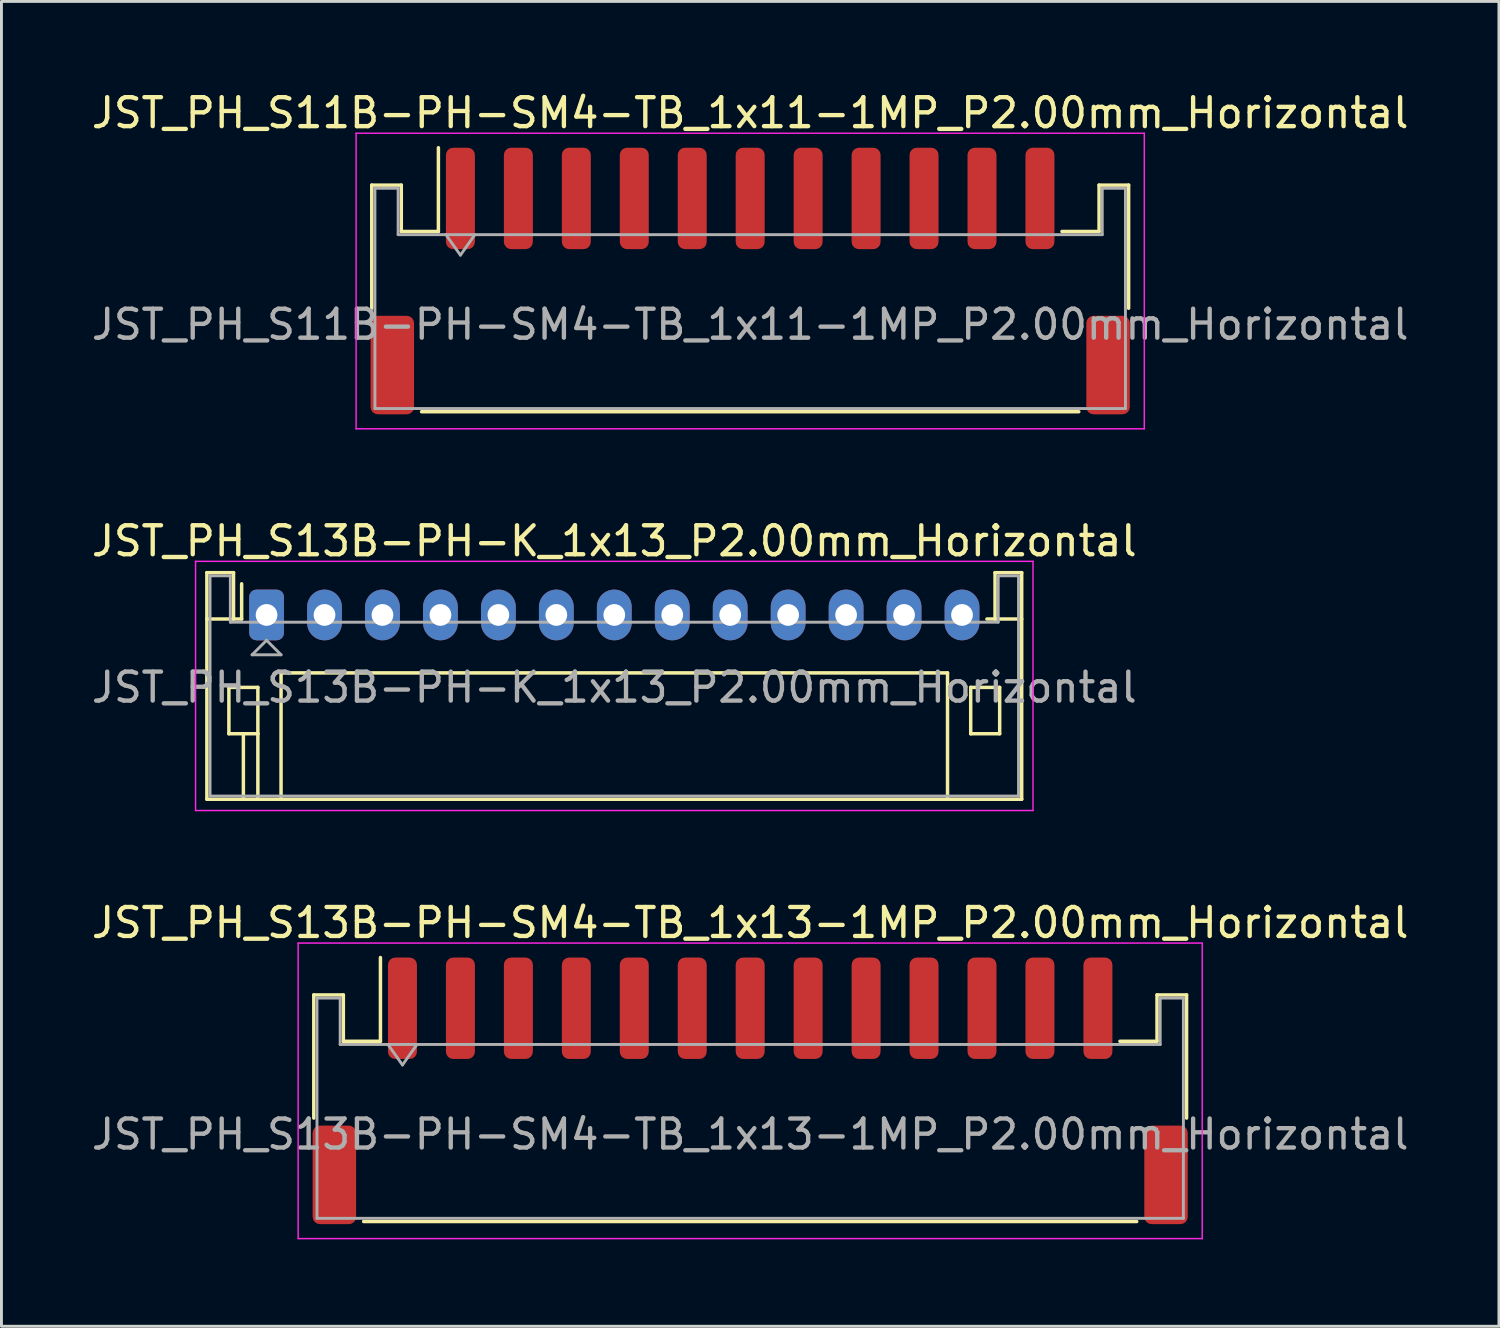
<source format=kicad_pcb>
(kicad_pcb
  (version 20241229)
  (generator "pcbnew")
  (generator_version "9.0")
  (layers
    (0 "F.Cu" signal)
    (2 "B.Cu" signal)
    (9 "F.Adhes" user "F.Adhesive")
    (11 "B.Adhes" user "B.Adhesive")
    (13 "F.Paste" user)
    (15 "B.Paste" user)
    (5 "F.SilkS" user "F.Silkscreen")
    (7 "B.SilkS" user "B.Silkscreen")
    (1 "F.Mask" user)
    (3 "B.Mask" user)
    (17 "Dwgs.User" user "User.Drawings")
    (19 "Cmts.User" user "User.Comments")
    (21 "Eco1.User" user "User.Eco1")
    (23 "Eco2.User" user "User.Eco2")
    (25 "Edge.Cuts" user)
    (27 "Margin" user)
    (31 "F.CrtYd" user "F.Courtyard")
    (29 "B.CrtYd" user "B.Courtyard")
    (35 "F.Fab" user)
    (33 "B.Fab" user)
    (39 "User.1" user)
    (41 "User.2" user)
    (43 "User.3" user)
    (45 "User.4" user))
  (footprint "JST_PH_S11B-PH-SM4-TB_1x11-1MP_P2.00mm_Horizontal"
    (layer "F.Cu")
    (at 22.839 6.648)
    (property "Reference" "JST_PH_S11B-PH-SM4-TB_1x11-1MP_P2.00mm_Horizontal" (at 0 -5.8 0) (layer "F.SilkS") (effects (font (size 1 1) (thickness 0.15))))
    (attr smd)
    (fp_line (start -13.06 -3.31) (end -12.04 -3.31) (stroke (width 0.12) (type solid)) (layer "F.SilkS"))
    (fp_line (start -13.06 0.94) (end -13.06 -3.31) (stroke (width 0.12) (type solid)) (layer "F.SilkS"))
    (fp_line (start -12.04 -3.31) (end -12.04 -1.71) (stroke (width 0.12) (type solid)) (layer "F.SilkS"))
    (fp_line (start -12.04 -1.71) (end -10.76 -1.71) (stroke (width 0.12) (type solid)) (layer "F.SilkS"))
    (fp_line (start -11.34 4.51) (end 11.34 4.51) (stroke (width 0.12) (type solid)) (layer "F.SilkS"))
    (fp_line (start -10.76 -1.71) (end -10.76 -4.6) (stroke (width 0.12) (type solid)) (layer "F.SilkS"))
    (fp_line (start 12.04 -3.31) (end 12.04 -1.71) (stroke (width 0.12) (type solid)) (layer "F.SilkS"))
    (fp_line (start 12.04 -1.71) (end 10.76 -1.71) (stroke (width 0.12) (type solid)) (layer "F.SilkS"))
    (fp_line (start 13.06 -3.31) (end 12.04 -3.31) (stroke (width 0.12) (type solid)) (layer "F.SilkS"))
    (fp_line (start 13.06 0.94) (end 13.06 -3.31) (stroke (width 0.12) (type solid)) (layer "F.SilkS"))
    (fp_line (start -13.6 -5.1) (end -13.6 5.1) (stroke (width 0.05) (type solid)) (layer "F.CrtYd"))
    (fp_line (start -13.6 5.1) (end 13.6 5.1) (stroke (width 0.05) (type solid)) (layer "F.CrtYd"))
    (fp_line (start 13.6 -5.1) (end -13.6 -5.1) (stroke (width 0.05) (type solid)) (layer "F.CrtYd"))
    (fp_line (start 13.6 5.1) (end 13.6 -5.1) (stroke (width 0.05) (type solid)) (layer "F.CrtYd"))
    (fp_line (start -12.95 -3.2) (end -12.95 4.4) (stroke (width 0.1) (type solid)) (layer "F.Fab"))
    (fp_line (start -12.95 -3.2) (end -12.15 -3.2) (stroke (width 0.1) (type solid)) (layer "F.Fab"))
    (fp_line (start -12.95 4.4) (end 12.95 4.4) (stroke (width 0.1) (type solid)) (layer "F.Fab"))
    (fp_line (start -12.15 -3.2) (end -12.15 -1.6) (stroke (width 0.1) (type solid)) (layer "F.Fab"))
    (fp_line (start -12.15 -1.6) (end 12.15 -1.6) (stroke (width 0.1) (type solid)) (layer "F.Fab"))
    (fp_line (start -10.5 -1.6) (end -10 -0.893) (stroke (width 0.1) (type solid)) (layer "F.Fab"))
    (fp_line (start -10 -0.893) (end -9.5 -1.6) (stroke (width 0.1) (type solid)) (layer "F.Fab"))
    (fp_line (start 12.15 -3.2) (end 12.95 -3.2) (stroke (width 0.1) (type solid)) (layer "F.Fab"))
    (fp_line (start 12.15 -1.6) (end 12.15 -3.2) (stroke (width 0.1) (type solid)) (layer "F.Fab"))
    (fp_line (start 12.95 -3.2) (end 12.95 4.4) (stroke (width 0.1) (type solid)) (layer "F.Fab"))
    (fp_text user "${REFERENCE}" (at 0 1.5 0) (layer "F.Fab") (effects (font (size 1 1) (thickness 0.15))))
    (pad "1" smd roundrect (at -10 -2.85) (size 1 3.5) (layers "F.Cu" "F.Mask" "F.Paste") (roundrect_rratio 0.25))
    (pad "2" smd roundrect (at -8 -2.85) (size 1 3.5) (layers "F.Cu" "F.Mask" "F.Paste") (roundrect_rratio 0.25))
    (pad "3" smd roundrect (at -6 -2.85) (size 1 3.5) (layers "F.Cu" "F.Mask" "F.Paste") (roundrect_rratio 0.25))
    (pad "4" smd roundrect (at -4 -2.85) (size 1 3.5) (layers "F.Cu" "F.Mask" "F.Paste") (roundrect_rratio 0.25))
    (pad "5" smd roundrect (at -2 -2.85) (size 1 3.5) (layers "F.Cu" "F.Mask" "F.Paste") (roundrect_rratio 0.25))
    (pad "6" smd roundrect (at 0 -2.85) (size 1 3.5) (layers "F.Cu" "F.Mask" "F.Paste") (roundrect_rratio 0.25))
    (pad "7" smd roundrect (at 2 -2.85) (size 1 3.5) (layers "F.Cu" "F.Mask" "F.Paste") (roundrect_rratio 0.25))
    (pad "8" smd roundrect (at 4 -2.85) (size 1 3.5) (layers "F.Cu" "F.Mask" "F.Paste") (roundrect_rratio 0.25))
    (pad "9" smd roundrect (at 6 -2.85) (size 1 3.5) (layers "F.Cu" "F.Mask" "F.Paste") (roundrect_rratio 0.25))
    (pad "10" smd roundrect (at 8 -2.85) (size 1 3.5) (layers "F.Cu" "F.Mask" "F.Paste") (roundrect_rratio 0.25))
    (pad "11" smd roundrect (at 10 -2.85) (size 1 3.5) (layers "F.Cu" "F.Mask" "F.Paste") (roundrect_rratio 0.25))
    (pad "MP" smd roundrect (at -12.35 2.9) (size 1.5 3.4) (layers "F.Cu" "F.Mask" "F.Paste") (roundrect_rratio 0.167))
    (pad "MP" smd roundrect (at 12.35 2.9) (size 1.5 3.4) (layers "F.Cu" "F.Mask" "F.Paste") (roundrect_rratio 0.167)))
  (footprint "JST_PH_S13B-PH-K_1x13_P2.00mm_Horizontal"
    (layer "F.Cu")
    (at 6.149 18.172)
    (property "Reference" "JST_PH_S13B-PH-K_1x13_P2.00mm_Horizontal" (at 12 -2.55 0) (layer "F.SilkS") (effects (font (size 1 1) (thickness 0.15))))
    (attr through_hole)
    (fp_line (start -2.06 -1.46) (end -2.06 6.36) (stroke (width 0.12) (type solid)) (layer "F.SilkS"))
    (fp_line (start -2.06 0.14) (end -1.14 0.14) (stroke (width 0.12) (type solid)) (layer "F.SilkS"))
    (fp_line (start -2.06 6.36) (end 26.06 6.36) (stroke (width 0.12) (type solid)) (layer "F.SilkS"))
    (fp_line (start -1.3 2.5) (end -1.3 4.1) (stroke (width 0.12) (type solid)) (layer "F.SilkS"))
    (fp_line (start -1.3 4.1) (end -0.3 4.1) (stroke (width 0.12) (type solid)) (layer "F.SilkS"))
    (fp_line (start -1.14 -1.46) (end -2.06 -1.46) (stroke (width 0.12) (type solid)) (layer "F.SilkS"))
    (fp_line (start -1.14 0.14) (end -1.14 -1.46) (stroke (width 0.12) (type solid)) (layer "F.SilkS"))
    (fp_line (start -0.86 0.14) (end -1.14 0.14) (stroke (width 0.12) (type solid)) (layer "F.SilkS"))
    (fp_line (start -0.86 0.14) (end -0.86 -1.075) (stroke (width 0.12) (type solid)) (layer "F.SilkS"))
    (fp_line (start -0.8 4.1) (end -0.8 6.36) (stroke (width 0.12) (type solid)) (layer "F.SilkS"))
    (fp_line (start -0.3 2.5) (end -1.3 2.5) (stroke (width 0.12) (type solid)) (layer "F.SilkS"))
    (fp_line (start -0.3 4.1) (end -0.3 2.5) (stroke (width 0.12) (type solid)) (layer "F.SilkS"))
    (fp_line (start -0.3 4.1) (end -0.3 6.36) (stroke (width 0.12) (type solid)) (layer "F.SilkS"))
    (fp_line (start 0.5 2) (end 23.5 2) (stroke (width 0.12) (type solid)) (layer "F.SilkS"))
    (fp_line (start 0.5 6.36) (end 0.5 2) (stroke (width 0.12) (type solid)) (layer "F.SilkS"))
    (fp_line (start 23.5 2) (end 23.5 6.36) (stroke (width 0.12) (type solid)) (layer "F.SilkS"))
    (fp_line (start 24.3 2.5) (end 25.3 2.5) (stroke (width 0.12) (type solid)) (layer "F.SilkS"))
    (fp_line (start 24.3 4.1) (end 24.3 2.5) (stroke (width 0.12) (type solid)) (layer "F.SilkS"))
    (fp_line (start 25.14 -1.46) (end 25.14 0.14) (stroke (width 0.12) (type solid)) (layer "F.SilkS"))
    (fp_line (start 25.14 0.14) (end 24.86 0.14) (stroke (width 0.12) (type solid)) (layer "F.SilkS"))
    (fp_line (start 25.3 2.5) (end 25.3 4.1) (stroke (width 0.12) (type solid)) (layer "F.SilkS"))
    (fp_line (start 25.3 4.1) (end 24.3 4.1) (stroke (width 0.12) (type solid)) (layer "F.SilkS"))
    (fp_line (start 26.06 -1.46) (end 25.14 -1.46) (stroke (width 0.12) (type solid)) (layer "F.SilkS"))
    (fp_line (start 26.06 0.14) (end 25.14 0.14) (stroke (width 0.12) (type solid)) (layer "F.SilkS"))
    (fp_line (start 26.06 6.36) (end 26.06 -1.46) (stroke (width 0.12) (type solid)) (layer "F.SilkS"))
    (fp_line (start -2.45 -1.85) (end -2.45 6.75) (stroke (width 0.05) (type solid)) (layer "F.CrtYd"))
    (fp_line (start -2.45 6.75) (end 26.45 6.75) (stroke (width 0.05) (type solid)) (layer "F.CrtYd"))
    (fp_line (start 26.45 -1.85) (end -2.45 -1.85) (stroke (width 0.05) (type solid)) (layer "F.CrtYd"))
    (fp_line (start 26.45 6.75) (end 26.45 -1.85) (stroke (width 0.05) (type solid)) (layer "F.CrtYd"))
    (fp_line (start -1.95 -1.35) (end -1.95 6.25) (stroke (width 0.1) (type solid)) (layer "F.Fab"))
    (fp_line (start -1.95 6.25) (end 25.95 6.25) (stroke (width 0.1) (type solid)) (layer "F.Fab"))
    (fp_line (start -1.25 -1.35) (end -1.95 -1.35) (stroke (width 0.1) (type solid)) (layer "F.Fab"))
    (fp_line (start -1.25 0.25) (end -1.25 -1.35) (stroke (width 0.1) (type solid)) (layer "F.Fab"))
    (fp_line (start -0.5 1.375) (end 0.5 1.375) (stroke (width 0.1) (type solid)) (layer "F.Fab"))
    (fp_line (start 0 0.875) (end -0.5 1.375) (stroke (width 0.1) (type solid)) (layer "F.Fab"))
    (fp_line (start 0.5 1.375) (end 0 0.875) (stroke (width 0.1) (type solid)) (layer "F.Fab"))
    (fp_line (start 25.25 -1.35) (end 25.25 0.25) (stroke (width 0.1) (type solid)) (layer "F.Fab"))
    (fp_line (start 25.25 0.25) (end -1.25 0.25) (stroke (width 0.1) (type solid)) (layer "F.Fab"))
    (fp_line (start 25.95 -1.35) (end 25.25 -1.35) (stroke (width 0.1) (type solid)) (layer "F.Fab"))
    (fp_line (start 25.95 6.25) (end 25.95 -1.35) (stroke (width 0.1) (type solid)) (layer "F.Fab"))
    (fp_text user "${REFERENCE}" (at 12 2.5 0) (layer "F.Fab") (effects (font (size 1 1) (thickness 0.15))))
    (pad "1" thru_hole roundrect (at 0 0) (size 1.2 1.75) (drill 0.75) (layers "*.Cu" "*.Mask") (roundrect_rratio 0.208))
    (pad "2" thru_hole oval (at 2 0) (size 1.2 1.75) (drill 0.75) (layers "*.Cu" "*.Mask"))
    (pad "3" thru_hole oval (at 4 0) (size 1.2 1.75) (drill 0.75) (layers "*.Cu" "*.Mask"))
    (pad "4" thru_hole oval (at 6 0) (size 1.2 1.75) (drill 0.75) (layers "*.Cu" "*.Mask"))
    (pad "5" thru_hole oval (at 8 0) (size 1.2 1.75) (drill 0.75) (layers "*.Cu" "*.Mask"))
    (pad "6" thru_hole oval (at 10 0) (size 1.2 1.75) (drill 0.75) (layers "*.Cu" "*.Mask"))
    (pad "7" thru_hole oval (at 12 0) (size 1.2 1.75) (drill 0.75) (layers "*.Cu" "*.Mask"))
    (pad "8" thru_hole oval (at 14 0) (size 1.2 1.75) (drill 0.75) (layers "*.Cu" "*.Mask"))
    (pad "9" thru_hole oval (at 16 0) (size 1.2 1.75) (drill 0.75) (layers "*.Cu" "*.Mask"))
    (pad "10" thru_hole oval (at 18 0) (size 1.2 1.75) (drill 0.75) (layers "*.Cu" "*.Mask"))
    (pad "11" thru_hole oval (at 20 0) (size 1.2 1.75) (drill 0.75) (layers "*.Cu" "*.Mask"))
    (pad "12" thru_hole oval (at 22 0) (size 1.2 1.75) (drill 0.75) (layers "*.Cu" "*.Mask"))
    (pad "13" thru_hole oval (at 24 0) (size 1.2 1.75) (drill 0.75) (layers "*.Cu" "*.Mask")))
  (footprint "JST_PH_S13B-PH-SM4-TB_1x13-1MP_P2.00mm_Horizontal"
    (layer "F.Cu")
    (at 22.839 34.595)
    (property "Reference" "JST_PH_S13B-PH-SM4-TB_1x13-1MP_P2.00mm_Horizontal" (at 0 -5.8 0) (layer "F.SilkS") (effects (font (size 1 1) (thickness 0.15))))
    (attr smd)
    (fp_line (start -15.06 -3.31) (end -14.04 -3.31) (stroke (width 0.12) (type solid)) (layer "F.SilkS"))
    (fp_line (start -15.06 0.94) (end -15.06 -3.31) (stroke (width 0.12) (type solid)) (layer "F.SilkS"))
    (fp_line (start -14.04 -3.31) (end -14.04 -1.71) (stroke (width 0.12) (type solid)) (layer "F.SilkS"))
    (fp_line (start -14.04 -1.71) (end -12.76 -1.71) (stroke (width 0.12) (type solid)) (layer "F.SilkS"))
    (fp_line (start -13.34 4.51) (end 13.34 4.51) (stroke (width 0.12) (type solid)) (layer "F.SilkS"))
    (fp_line (start -12.76 -1.71) (end -12.76 -4.6) (stroke (width 0.12) (type solid)) (layer "F.SilkS"))
    (fp_line (start 14.04 -3.31) (end 14.04 -1.71) (stroke (width 0.12) (type solid)) (layer "F.SilkS"))
    (fp_line (start 14.04 -1.71) (end 12.76 -1.71) (stroke (width 0.12) (type solid)) (layer "F.SilkS"))
    (fp_line (start 15.06 -3.31) (end 14.04 -3.31) (stroke (width 0.12) (type solid)) (layer "F.SilkS"))
    (fp_line (start 15.06 0.94) (end 15.06 -3.31) (stroke (width 0.12) (type solid)) (layer "F.SilkS"))
    (fp_line (start -15.6 -5.1) (end -15.6 5.1) (stroke (width 0.05) (type solid)) (layer "F.CrtYd"))
    (fp_line (start -15.6 5.1) (end 15.6 5.1) (stroke (width 0.05) (type solid)) (layer "F.CrtYd"))
    (fp_line (start 15.6 -5.1) (end -15.6 -5.1) (stroke (width 0.05) (type solid)) (layer "F.CrtYd"))
    (fp_line (start 15.6 5.1) (end 15.6 -5.1) (stroke (width 0.05) (type solid)) (layer "F.CrtYd"))
    (fp_line (start -14.95 -3.2) (end -14.95 4.4) (stroke (width 0.1) (type solid)) (layer "F.Fab"))
    (fp_line (start -14.95 -3.2) (end -14.15 -3.2) (stroke (width 0.1) (type solid)) (layer "F.Fab"))
    (fp_line (start -14.95 4.4) (end 14.95 4.4) (stroke (width 0.1) (type solid)) (layer "F.Fab"))
    (fp_line (start -14.15 -3.2) (end -14.15 -1.6) (stroke (width 0.1) (type solid)) (layer "F.Fab"))
    (fp_line (start -14.15 -1.6) (end 14.15 -1.6) (stroke (width 0.1) (type solid)) (layer "F.Fab"))
    (fp_line (start -12.5 -1.6) (end -12 -0.893) (stroke (width 0.1) (type solid)) (layer "F.Fab"))
    (fp_line (start -12 -0.893) (end -11.5 -1.6) (stroke (width 0.1) (type solid)) (layer "F.Fab"))
    (fp_line (start 14.15 -3.2) (end 14.95 -3.2) (stroke (width 0.1) (type solid)) (layer "F.Fab"))
    (fp_line (start 14.15 -1.6) (end 14.15 -3.2) (stroke (width 0.1) (type solid)) (layer "F.Fab"))
    (fp_line (start 14.95 -3.2) (end 14.95 4.4) (stroke (width 0.1) (type solid)) (layer "F.Fab"))
    (fp_text user "${REFERENCE}" (at 0 1.5 0) (layer "F.Fab") (effects (font (size 1 1) (thickness 0.15))))
    (pad "1" smd roundrect (at -12 -2.85) (size 1 3.5) (layers "F.Cu" "F.Mask" "F.Paste") (roundrect_rratio 0.25))
    (pad "2" smd roundrect (at -10 -2.85) (size 1 3.5) (layers "F.Cu" "F.Mask" "F.Paste") (roundrect_rratio 0.25))
    (pad "3" smd roundrect (at -8 -2.85) (size 1 3.5) (layers "F.Cu" "F.Mask" "F.Paste") (roundrect_rratio 0.25))
    (pad "4" smd roundrect (at -6 -2.85) (size 1 3.5) (layers "F.Cu" "F.Mask" "F.Paste") (roundrect_rratio 0.25))
    (pad "5" smd roundrect (at -4 -2.85) (size 1 3.5) (layers "F.Cu" "F.Mask" "F.Paste") (roundrect_rratio 0.25))
    (pad "6" smd roundrect (at -2 -2.85) (size 1 3.5) (layers "F.Cu" "F.Mask" "F.Paste") (roundrect_rratio 0.25))
    (pad "7" smd roundrect (at 0 -2.85) (size 1 3.5) (layers "F.Cu" "F.Mask" "F.Paste") (roundrect_rratio 0.25))
    (pad "8" smd roundrect (at 2 -2.85) (size 1 3.5) (layers "F.Cu" "F.Mask" "F.Paste") (roundrect_rratio 0.25))
    (pad "9" smd roundrect (at 4 -2.85) (size 1 3.5) (layers "F.Cu" "F.Mask" "F.Paste") (roundrect_rratio 0.25))
    (pad "10" smd roundrect (at 6 -2.85) (size 1 3.5) (layers "F.Cu" "F.Mask" "F.Paste") (roundrect_rratio 0.25))
    (pad "11" smd roundrect (at 8 -2.85) (size 1 3.5) (layers "F.Cu" "F.Mask" "F.Paste") (roundrect_rratio 0.25))
    (pad "12" smd roundrect (at 10 -2.85) (size 1 3.5) (layers "F.Cu" "F.Mask" "F.Paste") (roundrect_rratio 0.25))
    (pad "13" smd roundrect (at 12 -2.85) (size 1 3.5) (layers "F.Cu" "F.Mask" "F.Paste") (roundrect_rratio 0.25))
    (pad "MP" smd roundrect (at -14.35 2.9) (size 1.5 3.4) (layers "F.Cu" "F.Mask" "F.Paste") (roundrect_rratio 0.167))
    (pad "MP" smd roundrect (at 14.35 2.9) (size 1.5 3.4) (layers "F.Cu" "F.Mask" "F.Paste") (roundrect_rratio 0.167)))
  (gr_rect
    (start -3 -3)
    (end 48.679 42.72)
    (stroke (width 0.1) (type default))
    (fill no)
    (layer "Edge.Cuts")))
</source>
